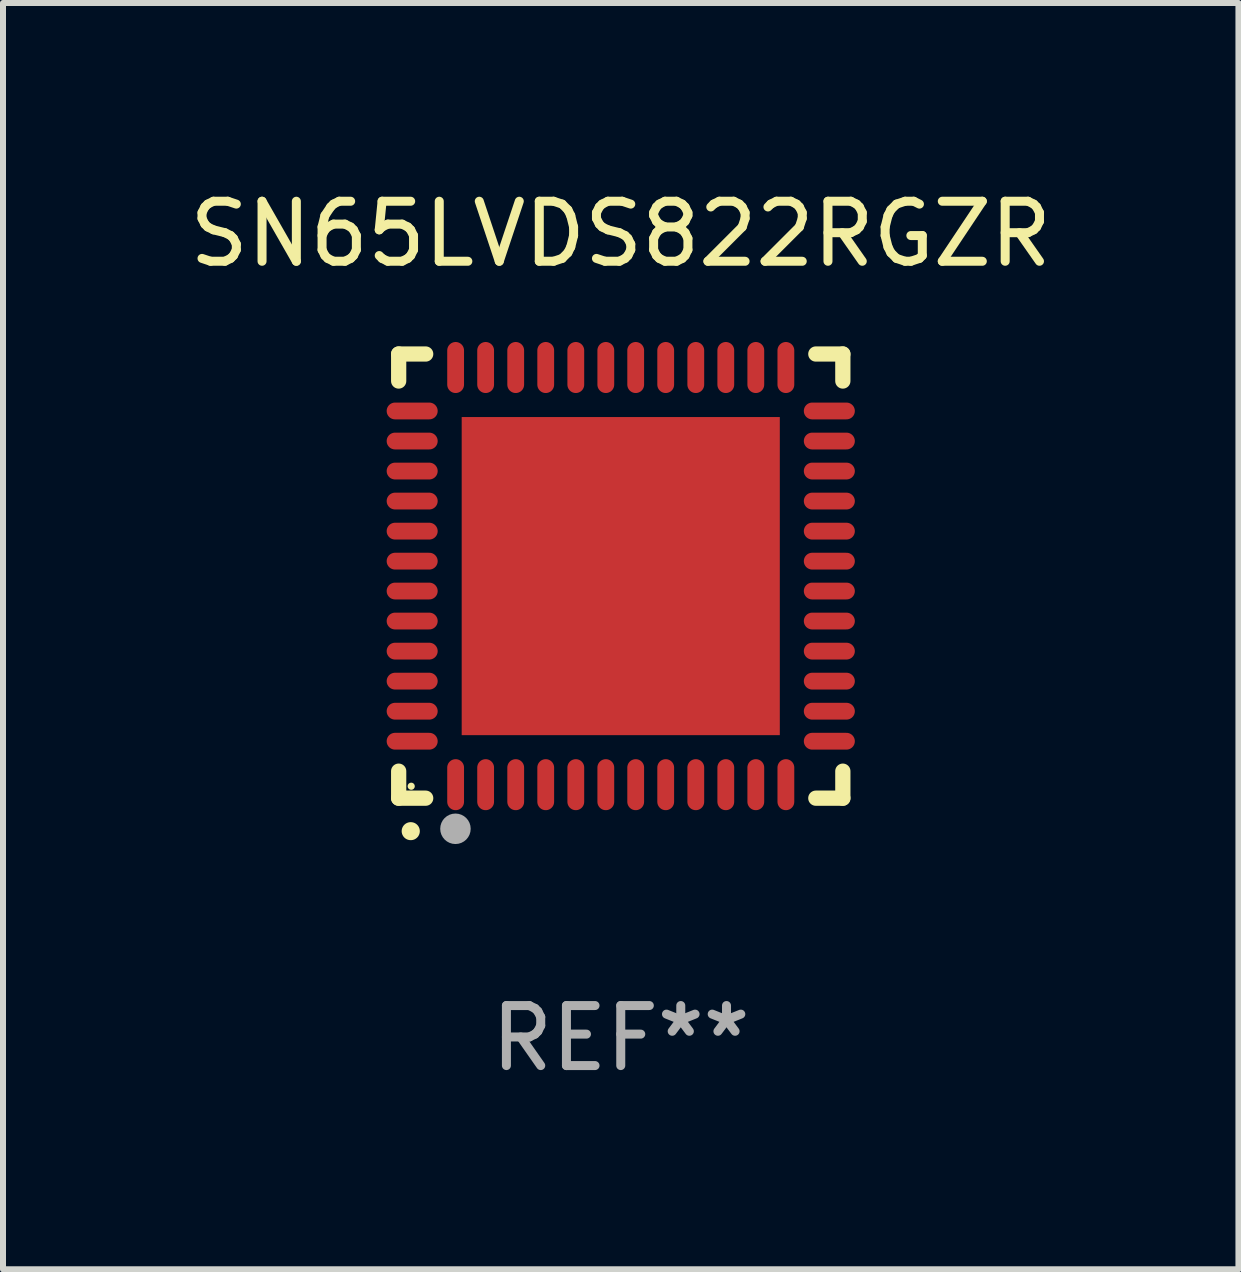
<source format=kicad_pcb>
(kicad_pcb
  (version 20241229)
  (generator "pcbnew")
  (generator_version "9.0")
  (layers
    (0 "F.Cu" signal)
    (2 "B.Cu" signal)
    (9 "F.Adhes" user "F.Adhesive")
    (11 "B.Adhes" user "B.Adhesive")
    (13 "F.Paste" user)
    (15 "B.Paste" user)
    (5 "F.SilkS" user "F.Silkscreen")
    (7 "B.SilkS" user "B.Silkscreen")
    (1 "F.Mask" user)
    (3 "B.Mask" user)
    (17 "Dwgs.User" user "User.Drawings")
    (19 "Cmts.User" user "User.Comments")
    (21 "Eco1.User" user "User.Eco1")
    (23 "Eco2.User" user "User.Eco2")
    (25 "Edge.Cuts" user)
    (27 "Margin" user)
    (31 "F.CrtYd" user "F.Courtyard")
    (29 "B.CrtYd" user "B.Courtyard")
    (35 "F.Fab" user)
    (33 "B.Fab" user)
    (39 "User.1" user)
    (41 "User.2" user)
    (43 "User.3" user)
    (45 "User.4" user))
  (footprint "SN65LVDS822RGZR"
    (layer "F.Cu")
    (at 7.292 6.548)
    (property "Reference" "SN65LVDS822RGZR" (at 0 -5.7 0) (layer "F.SilkS") (effects (font (size 1 1) (thickness 0.15))))
    (attr through_hole)
    (fp_line (start -3.7 -3.7) (end -3.25 -3.7) (stroke (width 0.254) (type solid)) (layer "F.SilkS"))
    (fp_line (start -3.7 -3.25) (end -3.7 -3.7) (stroke (width 0.254) (type solid)) (layer "F.SilkS"))
    (fp_line (start -3.7 3.7) (end -3.7 3.25) (stroke (width 0.254) (type solid)) (layer "F.SilkS"))
    (fp_line (start -3.25 3.7) (end -3.7 3.7) (stroke (width 0.254) (type solid)) (layer "F.SilkS"))
    (fp_line (start 3.25 3.7) (end 3.7 3.7) (stroke (width 0.254) (type solid)) (layer "F.SilkS"))
    (fp_line (start 3.7 -3.7) (end 3.25 -3.7) (stroke (width 0.254) (type solid)) (layer "F.SilkS"))
    (fp_line (start 3.7 -3.25) (end 3.7 -3.7) (stroke (width 0.254) (type solid)) (layer "F.SilkS"))
    (fp_line (start 3.7 3.7) (end 3.7 3.25) (stroke (width 0.254) (type solid)) (layer "F.SilkS"))
    (fp_arc (start -3.500127 4.249428) (mid -3.498857 4.249423) (end -3.497587 4.249428) (stroke (width 0.3) (type solid)) (layer "F.SilkS"))
    (fp_circle (center -3.491 3.501) (end -3.461 3.501) (stroke (width 0.06) (type solid)) (fill no) (layer "F.SilkS"))
    (fp_circle (center -2.754 4.21) (end -2.627 4.21) (stroke (width 0.254) (type solid)) (fill no) (layer "F.Fab"))
    (fp_text user "REF**" (at 0 7.7 0) (layer "F.Fab") (effects (font (size 1 1) (thickness 0.15))))
    (pad "1" smd oval (at -2.751 3.475) (size 0.28 0.85) (layers "F.Cu" "F.Mask" "F.Paste"))
    (pad "2" smd oval (at -2.251 3.475) (size 0.28 0.85) (layers "F.Cu" "F.Mask" "F.Paste"))
    (pad "3" smd oval (at -1.75 3.475) (size 0.28 0.85) (layers "F.Cu" "F.Mask" "F.Paste"))
    (pad "4" smd oval (at -1.25 3.475) (size 0.28 0.85) (layers "F.Cu" "F.Mask" "F.Paste"))
    (pad "5" smd oval (at -0.749 3.475) (size 0.28 0.85) (layers "F.Cu" "F.Mask" "F.Paste"))
    (pad "6" smd oval (at -0.249 3.475) (size 0.28 0.85) (layers "F.Cu" "F.Mask" "F.Paste"))
    (pad "7" smd oval (at 0.249 3.475) (size 0.28 0.85) (layers "F.Cu" "F.Mask" "F.Paste"))
    (pad "8" smd oval (at 0.749 3.475) (size 0.28 0.85) (layers "F.Cu" "F.Mask" "F.Paste"))
    (pad "9" smd oval (at 1.25 3.475) (size 0.28 0.85) (layers "F.Cu" "F.Mask" "F.Paste"))
    (pad "10" smd oval (at 1.75 3.475) (size 0.28 0.85) (layers "F.Cu" "F.Mask" "F.Paste"))
    (pad "11" smd oval (at 2.25 3.475) (size 0.28 0.85) (layers "F.Cu" "F.Mask" "F.Paste"))
    (pad "12" smd oval (at 2.751 3.475) (size 0.28 0.85) (layers "F.Cu" "F.Mask" "F.Paste"))
    (pad "13" smd oval (at 3.475 2.751) (size 0.85 0.28) (layers "F.Cu" "F.Mask" "F.Paste"))
    (pad "14" smd oval (at 3.475 2.251) (size 0.85 0.28) (layers "F.Cu" "F.Mask" "F.Paste"))
    (pad "15" smd oval (at 3.475 1.75) (size 0.85 0.28) (layers "F.Cu" "F.Mask" "F.Paste"))
    (pad "16" smd oval (at 3.475 1.25) (size 0.85 0.28) (layers "F.Cu" "F.Mask" "F.Paste"))
    (pad "17" smd oval (at 3.475 0.749) (size 0.85 0.28) (layers "F.Cu" "F.Mask" "F.Paste"))
    (pad "18" smd oval (at 3.475 0.249) (size 0.85 0.28) (layers "F.Cu" "F.Mask" "F.Paste"))
    (pad "19" smd oval (at 3.475 -0.249) (size 0.85 0.28) (layers "F.Cu" "F.Mask" "F.Paste"))
    (pad "20" smd oval (at 3.475 -0.749) (size 0.85 0.28) (layers "F.Cu" "F.Mask" "F.Paste"))
    (pad "21" smd oval (at 3.475 -1.25) (size 0.85 0.28) (layers "F.Cu" "F.Mask" "F.Paste"))
    (pad "22" smd oval (at 3.475 -1.75) (size 0.85 0.28) (layers "F.Cu" "F.Mask" "F.Paste"))
    (pad "23" smd oval (at 3.475 -2.25) (size 0.85 0.28) (layers "F.Cu" "F.Mask" "F.Paste"))
    (pad "24" smd oval (at 3.475 -2.751) (size 0.85 0.28) (layers "F.Cu" "F.Mask" "F.Paste"))
    (pad "25" smd oval (at 2.751 -3.475) (size 0.28 0.85) (layers "F.Cu" "F.Mask" "F.Paste"))
    (pad "26" smd oval (at 2.25 -3.475) (size 0.28 0.85) (layers "F.Cu" "F.Mask" "F.Paste"))
    (pad "27" smd oval (at 1.75 -3.475) (size 0.28 0.85) (layers "F.Cu" "F.Mask" "F.Paste"))
    (pad "28" smd oval (at 1.25 -3.475) (size 0.28 0.85) (layers "F.Cu" "F.Mask" "F.Paste"))
    (pad "29" smd oval (at 0.749 -3.475) (size 0.28 0.85) (layers "F.Cu" "F.Mask" "F.Paste"))
    (pad "30" smd oval (at 0.249 -3.475) (size 0.28 0.85) (layers "F.Cu" "F.Mask" "F.Paste"))
    (pad "31" smd oval (at -0.249 -3.475) (size 0.28 0.85) (layers "F.Cu" "F.Mask" "F.Paste"))
    (pad "32" smd oval (at -0.749 -3.475) (size 0.28 0.85) (layers "F.Cu" "F.Mask" "F.Paste"))
    (pad "33" smd oval (at -1.25 -3.475) (size 0.28 0.85) (layers "F.Cu" "F.Mask" "F.Paste"))
    (pad "34" smd oval (at -1.75 -3.475) (size 0.28 0.85) (layers "F.Cu" "F.Mask" "F.Paste"))
    (pad "35" smd oval (at -2.251 -3.475) (size 0.28 0.85) (layers "F.Cu" "F.Mask" "F.Paste"))
    (pad "36" smd oval (at -2.751 -3.475) (size 0.28 0.85) (layers "F.Cu" "F.Mask" "F.Paste"))
    (pad "37" smd oval (at -3.475 -2.751) (size 0.85 0.28) (layers "F.Cu" "F.Mask" "F.Paste"))
    (pad "38" smd oval (at -3.475 -2.25) (size 0.85 0.28) (layers "F.Cu" "F.Mask" "F.Paste"))
    (pad "39" smd oval (at -3.475 -1.75) (size 0.85 0.28) (layers "F.Cu" "F.Mask" "F.Paste"))
    (pad "40" smd oval (at -3.475 -1.25) (size 0.85 0.28) (layers "F.Cu" "F.Mask" "F.Paste"))
    (pad "41" smd oval (at -3.475 -0.749) (size 0.85 0.28) (layers "F.Cu" "F.Mask" "F.Paste"))
    (pad "42" smd oval (at -3.475 -0.249) (size 0.85 0.28) (layers "F.Cu" "F.Mask" "F.Paste"))
    (pad "43" smd oval (at -3.475 0.249) (size 0.85 0.28) (layers "F.Cu" "F.Mask" "F.Paste"))
    (pad "44" smd oval (at -3.475 0.749) (size 0.85 0.28) (layers "F.Cu" "F.Mask" "F.Paste"))
    (pad "45" smd oval (at -3.475 1.25) (size 0.85 0.28) (layers "F.Cu" "F.Mask" "F.Paste"))
    (pad "46" smd oval (at -3.475 1.75) (size 0.85 0.28) (layers "F.Cu" "F.Mask" "F.Paste"))
    (pad "47" smd oval (at -3.475 2.251) (size 0.85 0.28) (layers "F.Cu" "F.Mask" "F.Paste"))
    (pad "48" smd oval (at -3.475 2.751) (size 0.85 0.28) (layers "F.Cu" "F.Mask" "F.Paste"))
    (pad "49" smd rect (at -0.000102 0.000102) (size 5.3 5.3) (layers "F.Cu" "F.Mask" "F.Paste")))
  (gr_rect
    (start -3 -3)
    (end 17.583 18.097)
    (stroke (width 0.1) (type default))
    (fill no)
    (layer "Edge.Cuts")))
</source>
